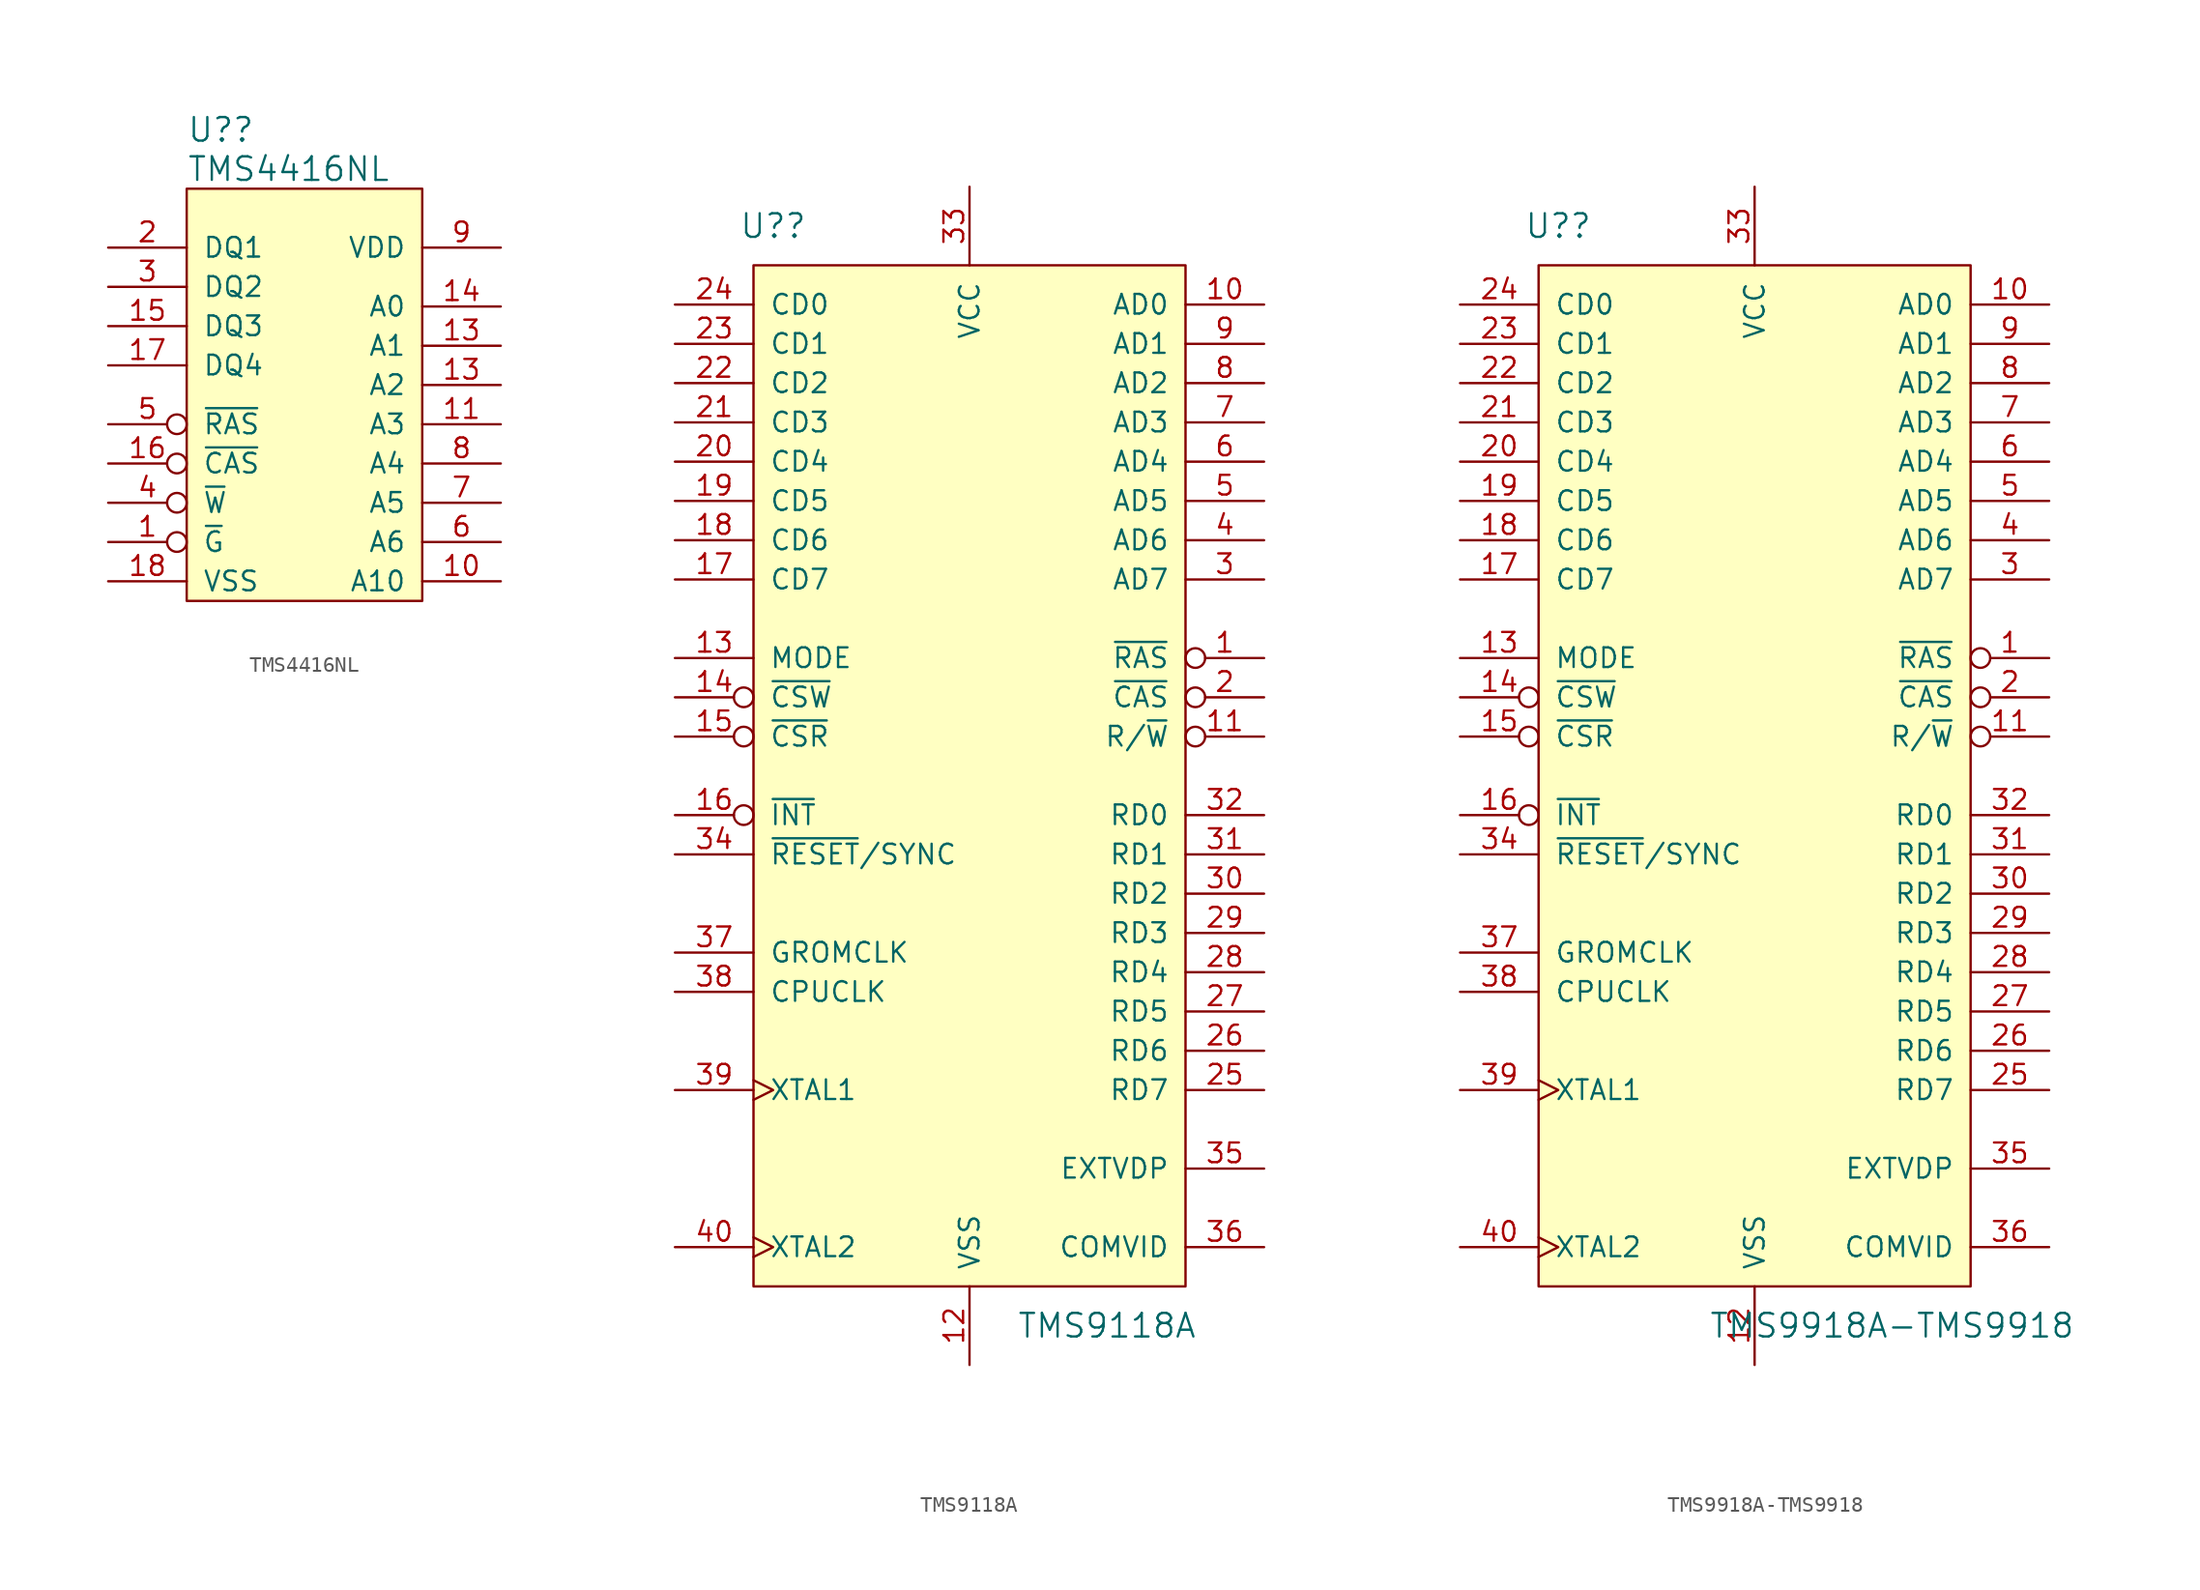
<source format=kicad_sym>
(kicad_symbol_lib
  (version 20211014)
  (generator kicad_symbol_editor)
  (symbol "TMS4416NL"
    (pin_names
      (offset 1.016))
    (property "Reference" "U?"
      (at -7.62 16.51 0)
      (effects (font (size 1.524 1.524)) (justify left)))
    (property "Value" "TMS4416NL"
      (at -7.62 13.97 0)
      (effects (font (size 1.524 1.524)) (justify left)))
    (symbol "TMS4416NL_0_1"
      (rectangle (start -7.62 12.7) (end 7.62 -13.97) (stroke (width 0) (type default) (color 0 0 0 0)) (fill (type background))))
    (symbol "TMS4416NL_1_1"
      (pin input inverted (at -12.7 -10.16 0) (length 5.08) (name "~{G}" (effects (font (size 1.27 1.27)))) (number "1" (effects (font (size 1.27 1.27)))))
      (pin input line (at 12.7 -12.7 180) (length 5.08) (name "A10" (effects (font (size 1.27 1.27)))) (number "10" (effects (font (size 1.27 1.27)))))
      (pin input line (at 12.7 -2.54 180) (length 5.08) (name "A3" (effects (font (size 1.27 1.27)))) (number "11" (effects (font (size 1.27 1.27)))))
      (pin input line (at 12.7 2.54 180) (length 5.08) (name "A1" (effects (font (size 1.27 1.27)))) (number "13" (effects (font (size 1.27 1.27)))))
      (pin input line (at 12.7 0 180) (length 5.08) (name "A2" (effects (font (size 1.27 1.27)))) (number "13" (effects (font (size 1.27 1.27)))))
      (pin input line (at 12.7 5.08 180) (length 5.08) (name "A0" (effects (font (size 1.27 1.27)))) (number "14" (effects (font (size 1.27 1.27)))))
      (pin bidirectional line (at -12.7 3.81 0) (length 5.08) (name "DQ3" (effects (font (size 1.27 1.27)))) (number "15" (effects (font (size 1.27 1.27)))))
      (pin input inverted (at -12.7 -5.08 0) (length 5.08) (name "~{CAS}" (effects (font (size 1.27 1.27)))) (number "16" (effects (font (size 1.27 1.27)))))
      (pin bidirectional line (at -12.7 1.27 0) (length 5.08) (name "DQ4" (effects (font (size 1.27 1.27)))) (number "17" (effects (font (size 1.27 1.27)))))
      (pin power_in line (at -12.7 -12.7 0) (length 5.08) (name "VSS" (effects (font (size 1.27 1.27)))) (number "18" (effects (font (size 1.27 1.27)))))
      (pin bidirectional line (at -12.7 8.89 0) (length 5.08) (name "DQ1" (effects (font (size 1.27 1.27)))) (number "2" (effects (font (size 1.27 1.27)))))
      (pin bidirectional line (at -12.7 6.35 0) (length 5.08) (name "DQ2" (effects (font (size 1.27 1.27)))) (number "3" (effects (font (size 1.27 1.27)))))
      (pin input inverted (at -12.7 -7.62 0) (length 5.08) (name "~{W}" (effects (font (size 1.27 1.27)))) (number "4" (effects (font (size 1.27 1.27)))))
      (pin input inverted (at -12.7 -2.54 0) (length 5.08) (name "~{RAS}" (effects (font (size 1.27 1.27)))) (number "5" (effects (font (size 1.27 1.27)))))
      (pin output line (at 12.7 -10.16 180) (length 5.08) (name "A6" (effects (font (size 1.27 1.27)))) (number "6" (effects (font (size 1.27 1.27)))))
      (pin input line (at 12.7 -7.62 180) (length 5.08) (name "A5" (effects (font (size 1.27 1.27)))) (number "7" (effects (font (size 1.27 1.27)))))
      (pin input line (at 12.7 -5.08 180) (length 5.08) (name "A4" (effects (font (size 1.27 1.27)))) (number "8" (effects (font (size 1.27 1.27)))))
      (pin power_in line (at 12.7 8.89 180) (length 5.08) (name "VDD" (effects (font (size 1.27 1.27)))) (number "9" (effects (font (size 1.27 1.27)))))))
  (symbol "TMS9118A"
    (pin_names
      (offset 1.016))
    (property "Reference" "U?"
      (at -12.7 35.56 0)
      (effects (font (size 1.524 1.524))))
    (property "Value" "TMS9118A"
      (at 8.89 -35.56 0)
      (effects (font (size 1.524 1.524))))
    (symbol "TMS9118A_0_1"
      (rectangle (start -13.97 33.02) (end 13.97 -33.02) (stroke (width 0) (type default) (color 0 0 0 0)) (fill (type background))))
    (symbol "TMS9118A_1_1"
      (pin output inverted (at 19.05 7.62 180) (length 5.08) (name "~{RAS}" (effects (font (size 1.27 1.27)))) (number "1" (effects (font (size 1.27 1.27)))))
      (pin output line (at 19.05 30.48 180) (length 5.08) (name "AD0" (effects (font (size 1.27 1.27)))) (number "10" (effects (font (size 1.27 1.27)))))
      (pin output inverted (at 19.05 2.54 180) (length 5.08) (name "R/~{W}" (effects (font (size 1.27 1.27)))) (number "11" (effects (font (size 1.27 1.27)))))
      (pin power_in line (at 0 -38.1 90) (length 5.08) (name "VSS" (effects (font (size 1.27 1.27)))) (number "12" (effects (font (size 1.27 1.27)))))
      (pin input line (at -19.05 7.62 0) (length 5.08) (name "MODE" (effects (font (size 1.27 1.27)))) (number "13" (effects (font (size 1.27 1.27)))))
      (pin input inverted (at -19.05 5.08 0) (length 5.08) (name "~{CSW}" (effects (font (size 1.27 1.27)))) (number "14" (effects (font (size 1.27 1.27)))))
      (pin input inverted (at -19.05 2.54 0) (length 5.08) (name "~{CSR}" (effects (font (size 1.27 1.27)))) (number "15" (effects (font (size 1.27 1.27)))))
      (pin output inverted (at -19.05 -2.54 0) (length 5.08) (name "~{INT}" (effects (font (size 1.27 1.27)))) (number "16" (effects (font (size 1.27 1.27)))))
      (pin bidirectional line (at -19.05 12.7 0) (length 5.08) (name "CD7" (effects (font (size 1.27 1.27)))) (number "17" (effects (font (size 1.27 1.27)))))
      (pin bidirectional line (at -19.05 15.24 0) (length 5.08) (name "CD6" (effects (font (size 1.27 1.27)))) (number "18" (effects (font (size 1.27 1.27)))))
      (pin bidirectional line (at -19.05 17.78 0) (length 5.08) (name "CD5" (effects (font (size 1.27 1.27)))) (number "19" (effects (font (size 1.27 1.27)))))
      (pin output inverted (at 19.05 5.08 180) (length 5.08) (name "~{CAS}" (effects (font (size 1.27 1.27)))) (number "2" (effects (font (size 1.27 1.27)))))
      (pin bidirectional line (at -19.05 20.32 0) (length 5.08) (name "CD4" (effects (font (size 1.27 1.27)))) (number "20" (effects (font (size 1.27 1.27)))))
      (pin bidirectional line (at -19.05 22.86 0) (length 5.08) (name "CD3" (effects (font (size 1.27 1.27)))) (number "21" (effects (font (size 1.27 1.27)))))
      (pin bidirectional line (at -19.05 25.4 0) (length 5.08) (name "CD2" (effects (font (size 1.27 1.27)))) (number "22" (effects (font (size 1.27 1.27)))))
      (pin bidirectional line (at -19.05 27.94 0) (length 5.08) (name "CD1" (effects (font (size 1.27 1.27)))) (number "23" (effects (font (size 1.27 1.27)))))
      (pin bidirectional line (at -19.05 30.48 0) (length 5.08) (name "CD0" (effects (font (size 1.27 1.27)))) (number "24" (effects (font (size 1.27 1.27)))))
      (pin input line (at 19.05 -20.32 180) (length 5.08) (name "RD7" (effects (font (size 1.27 1.27)))) (number "25" (effects (font (size 1.27 1.27)))))
      (pin input line (at 19.05 -17.78 180) (length 5.08) (name "RD6" (effects (font (size 1.27 1.27)))) (number "26" (effects (font (size 1.27 1.27)))))
      (pin input line (at 19.05 -15.24 180) (length 5.08) (name "RD5" (effects (font (size 1.27 1.27)))) (number "27" (effects (font (size 1.27 1.27)))))
      (pin input line (at 19.05 -12.7 180) (length 5.08) (name "RD4" (effects (font (size 1.27 1.27)))) (number "28" (effects (font (size 1.27 1.27)))))
      (pin input line (at 19.05 -10.16 180) (length 5.08) (name "RD3" (effects (font (size 1.27 1.27)))) (number "29" (effects (font (size 1.27 1.27)))))
      (pin output line (at 19.05 12.7 180) (length 5.08) (name "AD7" (effects (font (size 1.27 1.27)))) (number "3" (effects (font (size 1.27 1.27)))))
      (pin input line (at 19.05 -7.62 180) (length 5.08) (name "RD2" (effects (font (size 1.27 1.27)))) (number "30" (effects (font (size 1.27 1.27)))))
      (pin input line (at 19.05 -5.08 180) (length 5.08) (name "RD1" (effects (font (size 1.27 1.27)))) (number "31" (effects (font (size 1.27 1.27)))))
      (pin input line (at 19.05 -2.54 180) (length 5.08) (name "RD0" (effects (font (size 1.27 1.27)))) (number "32" (effects (font (size 1.27 1.27)))))
      (pin power_in line (at 0 38.1 270) (length 5.08) (name "VCC" (effects (font (size 1.27 1.27)))) (number "33" (effects (font (size 1.27 1.27)))))
      (pin input line (at -19.05 -5.08 0) (length 5.08) (name "~{RESET}/SYNC" (effects (font (size 1.27 1.27)))) (number "34" (effects (font (size 1.27 1.27)))))
      (pin bidirectional line (at 19.05 -25.4 180) (length 5.08) (name "EXTVDP" (effects (font (size 1.27 1.27)))) (number "35" (effects (font (size 1.27 1.27)))))
      (pin output line (at 19.05 -30.48 180) (length 5.08) (name "COMVID" (effects (font (size 1.27 1.27)))) (number "36" (effects (font (size 1.27 1.27)))))
      (pin output line (at -19.05 -11.43 0) (length 5.08) (name "GROMCLK" (effects (font (size 1.27 1.27)))) (number "37" (effects (font (size 1.27 1.27)))))
      (pin output line (at -19.05 -13.97 0) (length 5.08) (name "CPUCLK" (effects (font (size 1.27 1.27)))) (number "38" (effects (font (size 1.27 1.27)))))
      (pin input clock (at -19.05 -20.32 0) (length 5.08) (name "XTAL1" (effects (font (size 1.27 1.27)))) (number "39" (effects (font (size 1.27 1.27)))))
      (pin output line (at 19.05 15.24 180) (length 5.08) (name "AD6" (effects (font (size 1.27 1.27)))) (number "4" (effects (font (size 1.27 1.27)))))
      (pin input clock (at -19.05 -30.48 0) (length 5.08) (name "XTAL2" (effects (font (size 1.27 1.27)))) (number "40" (effects (font (size 1.27 1.27)))))
      (pin output line (at 19.05 17.78 180) (length 5.08) (name "AD5" (effects (font (size 1.27 1.27)))) (number "5" (effects (font (size 1.27 1.27)))))
      (pin output line (at 19.05 20.32 180) (length 5.08) (name "AD4" (effects (font (size 1.27 1.27)))) (number "6" (effects (font (size 1.27 1.27)))))
      (pin output line (at 19.05 22.86 180) (length 5.08) (name "AD3" (effects (font (size 1.27 1.27)))) (number "7" (effects (font (size 1.27 1.27)))))
      (pin output line (at 19.05 25.4 180) (length 5.08) (name "AD2" (effects (font (size 1.27 1.27)))) (number "8" (effects (font (size 1.27 1.27)))))
      (pin output line (at 19.05 27.94 180) (length 5.08) (name "AD1" (effects (font (size 1.27 1.27)))) (number "9" (effects (font (size 1.27 1.27)))))))
  (symbol "TMS9918A-TMS9918"
    (pin_names
      (offset 1.016))
    (property "Reference" "U?"
      (at -12.7 35.56 0)
      (effects (font (size 1.524 1.524))))
    (property "Value" "TMS9918A-TMS9918"
      (at 8.89 -35.56 0)
      (effects (font (size 1.524 1.524))))
    (symbol "TMS9918A-TMS9918_0_1"
      (rectangle (start -13.97 33.02) (end 13.97 -33.02) (stroke (width 0) (type default) (color 0 0 0 0)) (fill (type background))))
    (symbol "TMS9918A-TMS9918_1_1"
      (pin output inverted (at 19.05 7.62 180) (length 5.08) (name "~{RAS}" (effects (font (size 1.27 1.27)))) (number "1" (effects (font (size 1.27 1.27)))))
      (pin output line (at 19.05 30.48 180) (length 5.08) (name "AD0" (effects (font (size 1.27 1.27)))) (number "10" (effects (font (size 1.27 1.27)))))
      (pin output inverted (at 19.05 2.54 180) (length 5.08) (name "R/~{W}" (effects (font (size 1.27 1.27)))) (number "11" (effects (font (size 1.27 1.27)))))
      (pin power_in line (at 0 -38.1 90) (length 5.08) (name "VSS" (effects (font (size 1.27 1.27)))) (number "12" (effects (font (size 1.27 1.27)))))
      (pin input line (at -19.05 7.62 0) (length 5.08) (name "MODE" (effects (font (size 1.27 1.27)))) (number "13" (effects (font (size 1.27 1.27)))))
      (pin input inverted (at -19.05 5.08 0) (length 5.08) (name "~{CSW}" (effects (font (size 1.27 1.27)))) (number "14" (effects (font (size 1.27 1.27)))))
      (pin input inverted (at -19.05 2.54 0) (length 5.08) (name "~{CSR}" (effects (font (size 1.27 1.27)))) (number "15" (effects (font (size 1.27 1.27)))))
      (pin output inverted (at -19.05 -2.54 0) (length 5.08) (name "~{INT}" (effects (font (size 1.27 1.27)))) (number "16" (effects (font (size 1.27 1.27)))))
      (pin bidirectional line (at -19.05 12.7 0) (length 5.08) (name "CD7" (effects (font (size 1.27 1.27)))) (number "17" (effects (font (size 1.27 1.27)))))
      (pin bidirectional line (at -19.05 15.24 0) (length 5.08) (name "CD6" (effects (font (size 1.27 1.27)))) (number "18" (effects (font (size 1.27 1.27)))))
      (pin bidirectional line (at -19.05 17.78 0) (length 5.08) (name "CD5" (effects (font (size 1.27 1.27)))) (number "19" (effects (font (size 1.27 1.27)))))
      (pin output inverted (at 19.05 5.08 180) (length 5.08) (name "~{CAS}" (effects (font (size 1.27 1.27)))) (number "2" (effects (font (size 1.27 1.27)))))
      (pin bidirectional line (at -19.05 20.32 0) (length 5.08) (name "CD4" (effects (font (size 1.27 1.27)))) (number "20" (effects (font (size 1.27 1.27)))))
      (pin bidirectional line (at -19.05 22.86 0) (length 5.08) (name "CD3" (effects (font (size 1.27 1.27)))) (number "21" (effects (font (size 1.27 1.27)))))
      (pin bidirectional line (at -19.05 25.4 0) (length 5.08) (name "CD2" (effects (font (size 1.27 1.27)))) (number "22" (effects (font (size 1.27 1.27)))))
      (pin bidirectional line (at -19.05 27.94 0) (length 5.08) (name "CD1" (effects (font (size 1.27 1.27)))) (number "23" (effects (font (size 1.27 1.27)))))
      (pin bidirectional line (at -19.05 30.48 0) (length 5.08) (name "CD0" (effects (font (size 1.27 1.27)))) (number "24" (effects (font (size 1.27 1.27)))))
      (pin input line (at 19.05 -20.32 180) (length 5.08) (name "RD7" (effects (font (size 1.27 1.27)))) (number "25" (effects (font (size 1.27 1.27)))))
      (pin input line (at 19.05 -17.78 180) (length 5.08) (name "RD6" (effects (font (size 1.27 1.27)))) (number "26" (effects (font (size 1.27 1.27)))))
      (pin input line (at 19.05 -15.24 180) (length 5.08) (name "RD5" (effects (font (size 1.27 1.27)))) (number "27" (effects (font (size 1.27 1.27)))))
      (pin input line (at 19.05 -12.7 180) (length 5.08) (name "RD4" (effects (font (size 1.27 1.27)))) (number "28" (effects (font (size 1.27 1.27)))))
      (pin input line (at 19.05 -10.16 180) (length 5.08) (name "RD3" (effects (font (size 1.27 1.27)))) (number "29" (effects (font (size 1.27 1.27)))))
      (pin output line (at 19.05 12.7 180) (length 5.08) (name "AD7" (effects (font (size 1.27 1.27)))) (number "3" (effects (font (size 1.27 1.27)))))
      (pin input line (at 19.05 -7.62 180) (length 5.08) (name "RD2" (effects (font (size 1.27 1.27)))) (number "30" (effects (font (size 1.27 1.27)))))
      (pin input line (at 19.05 -5.08 180) (length 5.08) (name "RD1" (effects (font (size 1.27 1.27)))) (number "31" (effects (font (size 1.27 1.27)))))
      (pin input line (at 19.05 -2.54 180) (length 5.08) (name "RD0" (effects (font (size 1.27 1.27)))) (number "32" (effects (font (size 1.27 1.27)))))
      (pin power_in line (at 0 38.1 270) (length 5.08) (name "VCC" (effects (font (size 1.27 1.27)))) (number "33" (effects (font (size 1.27 1.27)))))
      (pin input line (at -19.05 -5.08 0) (length 5.08) (name "~{RESET}/SYNC" (effects (font (size 1.27 1.27)))) (number "34" (effects (font (size 1.27 1.27)))))
      (pin bidirectional line (at 19.05 -25.4 180) (length 5.08) (name "EXTVDP" (effects (font (size 1.27 1.27)))) (number "35" (effects (font (size 1.27 1.27)))))
      (pin output line (at 19.05 -30.48 180) (length 5.08) (name "COMVID" (effects (font (size 1.27 1.27)))) (number "36" (effects (font (size 1.27 1.27)))))
      (pin output line (at -19.05 -11.43 0) (length 5.08) (name "GROMCLK" (effects (font (size 1.27 1.27)))) (number "37" (effects (font (size 1.27 1.27)))))
      (pin output line (at -19.05 -13.97 0) (length 5.08) (name "CPUCLK" (effects (font (size 1.27 1.27)))) (number "38" (effects (font (size 1.27 1.27)))))
      (pin input clock (at -19.05 -20.32 0) (length 5.08) (name "XTAL1" (effects (font (size 1.27 1.27)))) (number "39" (effects (font (size 1.27 1.27)))))
      (pin output line (at 19.05 15.24 180) (length 5.08) (name "AD6" (effects (font (size 1.27 1.27)))) (number "4" (effects (font (size 1.27 1.27)))))
      (pin input clock (at -19.05 -30.48 0) (length 5.08) (name "XTAL2" (effects (font (size 1.27 1.27)))) (number "40" (effects (font (size 1.27 1.27)))))
      (pin output line (at 19.05 17.78 180) (length 5.08) (name "AD5" (effects (font (size 1.27 1.27)))) (number "5" (effects (font (size 1.27 1.27)))))
      (pin output line (at 19.05 20.32 180) (length 5.08) (name "AD4" (effects (font (size 1.27 1.27)))) (number "6" (effects (font (size 1.27 1.27)))))
      (pin output line (at 19.05 22.86 180) (length 5.08) (name "AD3" (effects (font (size 1.27 1.27)))) (number "7" (effects (font (size 1.27 1.27)))))
      (pin output line (at 19.05 25.4 180) (length 5.08) (name "AD2" (effects (font (size 1.27 1.27)))) (number "8" (effects (font (size 1.27 1.27)))))
      (pin output line (at 19.05 27.94 180) (length 5.08) (name "AD1" (effects (font (size 1.27 1.27)))) (number "9" (effects (font (size 1.27 1.27))))))))
</source>
